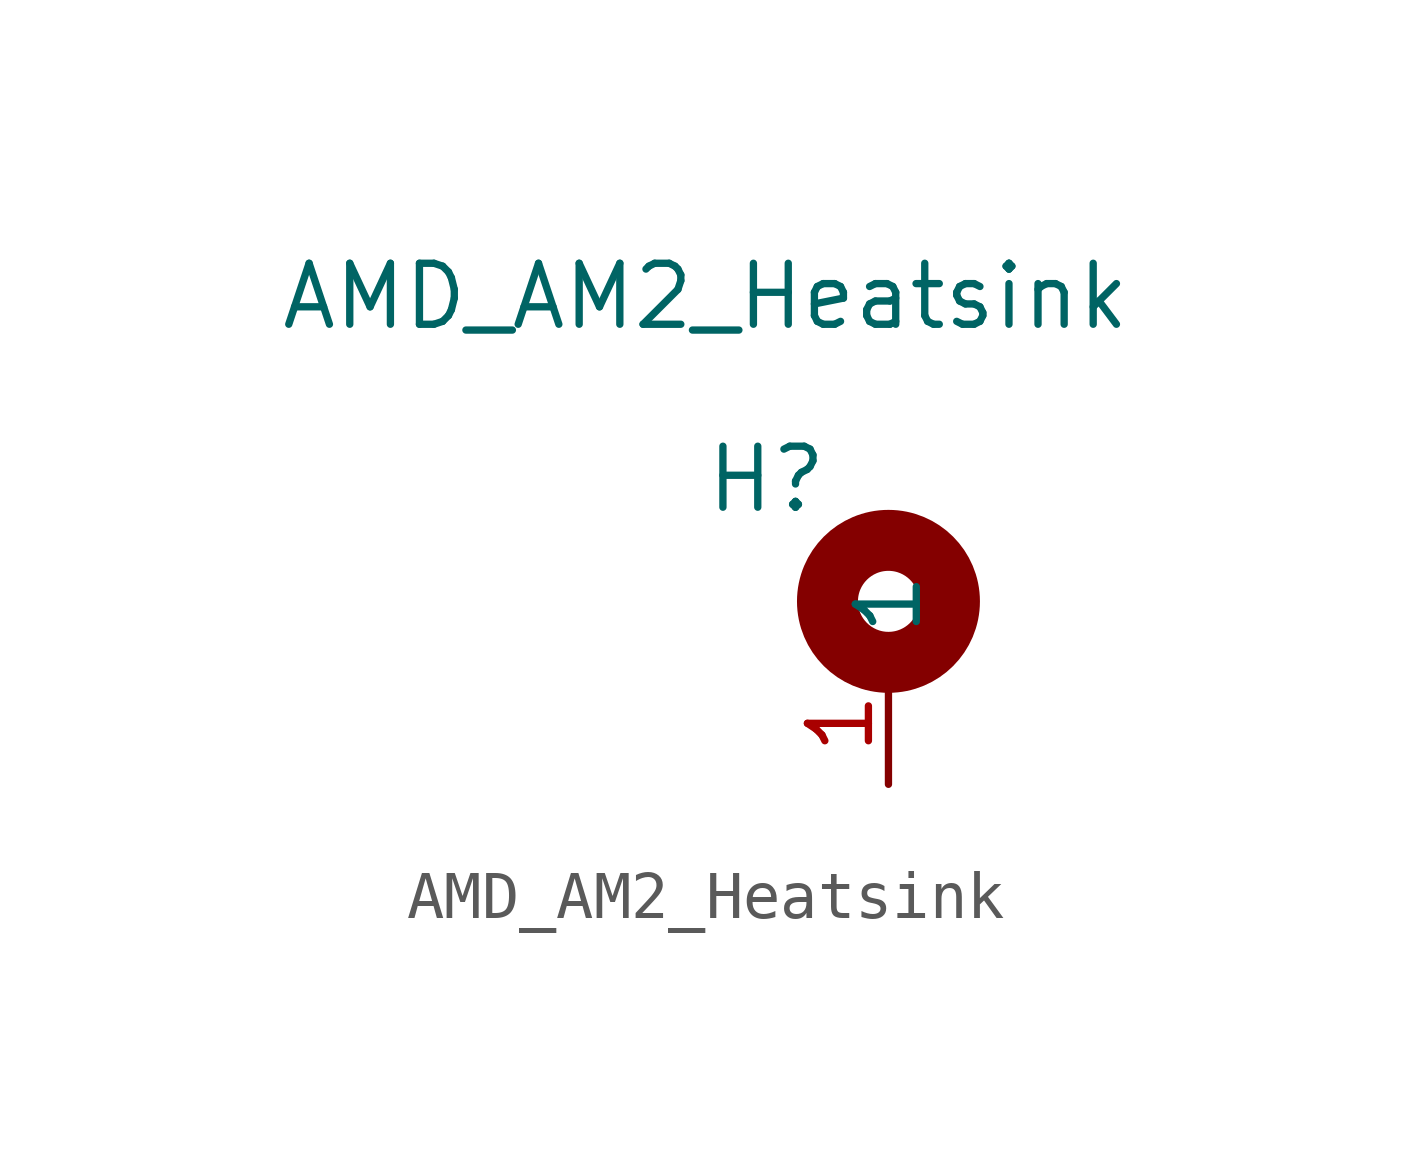
<source format=kicad_sym>
(kicad_symbol_lib
  (version 20211014)
  (generator kicad_symbol_editor)
  (symbol "AMD_AM2_Heatsink"
    (property "Reference" "H"
      (at -2.54 -1.27 0)
      (effects (font (size 1.27 1.27))))
    (property "Value" "AMD_AM2_Heatsink"
      (at -3.81 2.54 0)
      (effects (font (size 1.27 1.27))))
    (symbol "AMD_AM2_Heatsink_0_1"
      (circle (center 0 -3.81) (radius 1.27) (stroke (width 1.27) (type default) (color 0 0 0 0)) (fill (type none))))
    (symbol "AMD_AM2_Heatsink_1_1"
      (pin input line (at 0 -7.62 90) (length 2.54) (name "1" (effects (font (size 1.27 1.27)))) (number "1" (effects (font (size 1.27 1.27))))))))
</source>
